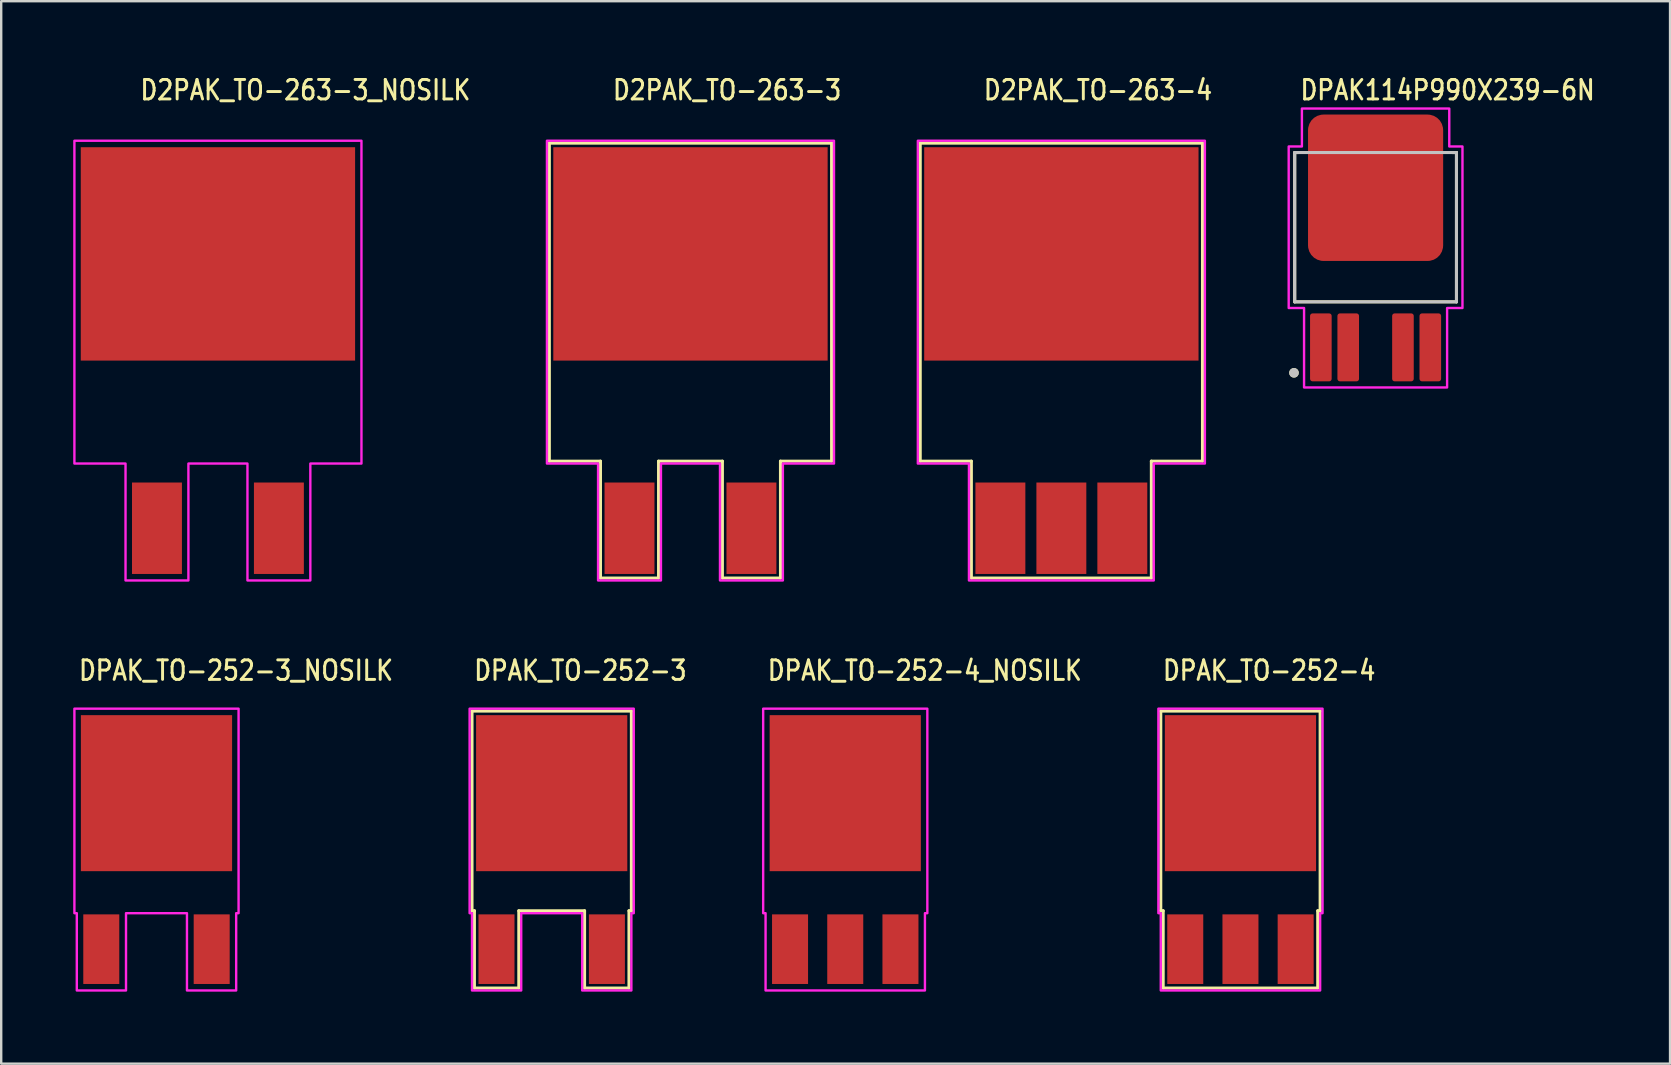
<source format=kicad_pcb>
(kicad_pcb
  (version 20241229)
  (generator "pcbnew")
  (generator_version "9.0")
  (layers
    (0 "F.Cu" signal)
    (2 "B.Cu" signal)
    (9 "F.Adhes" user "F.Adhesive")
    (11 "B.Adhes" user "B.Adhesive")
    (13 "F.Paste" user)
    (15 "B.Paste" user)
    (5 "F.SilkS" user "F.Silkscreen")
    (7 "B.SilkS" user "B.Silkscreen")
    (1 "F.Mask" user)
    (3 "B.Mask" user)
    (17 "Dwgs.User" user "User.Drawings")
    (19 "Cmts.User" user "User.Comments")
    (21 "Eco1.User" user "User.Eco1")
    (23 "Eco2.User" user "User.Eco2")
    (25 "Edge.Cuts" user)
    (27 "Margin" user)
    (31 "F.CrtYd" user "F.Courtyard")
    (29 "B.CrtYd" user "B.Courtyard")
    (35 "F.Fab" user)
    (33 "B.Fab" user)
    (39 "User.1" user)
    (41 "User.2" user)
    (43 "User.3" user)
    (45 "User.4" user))
  (footprint "DPAK114P990X239-6N"
    (layer "F.Cu")
    (at 54.263 7.283)
    (property "Reference" "DPAK114P990X239-6N" (at -3.202 -6.104 0) (unlocked yes) (layer "F.SilkS") (effects (font (size 0.813 0.695) (thickness 0.122)) (justify left bottom)))
    (fp_line (start -3.37 -3.978) (end -3.37 2.243) (stroke (width 0.127) (type solid)) (layer "F.SilkS"))
    (fp_line (start -3.37 2.243) (end 3.37 2.243) (stroke (width 0.127) (type solid)) (layer "F.SilkS"))
    (fp_line (start -3.2 -3.978) (end -3.37 -3.978) (stroke (width 0.127) (type solid)) (layer "F.SilkS"))
    (fp_line (start 3.37 -3.978) (end 3.2 -3.978) (stroke (width 0.127) (type solid)) (layer "F.SilkS"))
    (fp_line (start 3.37 2.243) (end 3.37 -3.978) (stroke (width 0.127) (type solid)) (layer "F.SilkS"))
    (fp_circle (center -3.4 5.2) (end -3.3 5.2) (stroke (width 0.2) (type solid)) (fill no) (layer "F.SilkS"))
    (fp_rect (start -1.78 -0.58) (end 1.78 -4.44) (stroke (width 0) (type solid)) (fill yes) (layer "F.Paste"))
    (fp_line (start -3.37 -3.978) (end 3.37 -3.978) (stroke (width 0.127) (type solid)) (layer "Dwgs.User"))
    (fp_line (start -3.37 2.243) (end -3.37 -3.978) (stroke (width 0.127) (type solid)) (layer "Dwgs.User"))
    (fp_line (start 3.37 -3.978) (end 3.37 2.243) (stroke (width 0.127) (type solid)) (layer "Dwgs.User"))
    (fp_line (start 3.37 2.243) (end -3.37 2.243) (stroke (width 0.127) (type solid)) (layer "Dwgs.User"))
    (fp_circle (center -3.4 5.2) (end -3.3 5.2) (stroke (width 0.2) (type solid)) (fill no) (layer "Dwgs.User"))
    (fp_poly (pts (xy -2.98 2.5) (xy -3.62 2.5) (xy -3.62 -4.23) (xy -3.07 -4.23) (xy -3.07 -5.81) (xy 3.07 -5.81) (xy 3.07 -4.23) (xy 3.62 -4.23) (xy 3.62 2.5) (xy 2.98 2.5) (xy 2.98 5.81) (xy -2.98 5.81)) (stroke (width 0.1) (type solid)) (fill no) (layer "F.CrtYd"))
    (pad "1" smd roundrect (at -2.28 4.14 90) (size 2.83 0.9) (layers "F.Cu" "F.Mask" "F.Paste") (roundrect_rratio 0.115))
    (pad "2" smd roundrect (at -1.14 4.14 90) (size 2.83 0.9) (layers "F.Cu" "F.Mask" "F.Paste") (roundrect_rratio 0.115))
    (pad "4" smd roundrect (at 1.14 4.14 90) (size 2.83 0.9) (layers "F.Cu" "F.Mask" "F.Paste") (roundrect_rratio 0.115))
    (pad "5" smd roundrect (at 2.28 4.14 90) (size 2.83 0.9) (layers "F.Cu" "F.Mask" "F.Paste") (roundrect_rratio 0.115))
    (pad "6" smd roundrect (at 0 -2.51) (size 5.63 6.1) (layers "F.Cu" "F.Mask") (roundrect_rratio 0.115)))
  (footprint "D2PAK_TO-263-4"
    (layer "F.Cu")
    (at 41.171 11.974)
    (property "Reference" "D2PAK_TO-263-4" (at -3.302 -10.795 0) (unlocked yes) (layer "F.SilkS") (effects (font (size 0.813 0.695) (thickness 0.122)) (justify left bottom)))
    (fp_line (start -5.88 -9.06) (end 5.88 -9.06) (stroke (width 0.127) (type solid)) (layer "F.SilkS"))
    (fp_line (start -5.88 4.19) (end -5.88 -9.06) (stroke (width 0.127) (type solid)) (layer "F.SilkS"))
    (fp_line (start -3.75 4.19) (end -5.88 4.19) (stroke (width 0.127) (type solid)) (layer "F.SilkS"))
    (fp_line (start -3.75 9.06) (end -3.75 4.19) (stroke (width 0.127) (type solid)) (layer "F.SilkS"))
    (fp_line (start 3.75 4.19) (end 3.75 9.06) (stroke (width 0.127) (type solid)) (layer "F.SilkS"))
    (fp_line (start 3.75 9.06) (end -3.75 9.06) (stroke (width 0.127) (type solid)) (layer "F.SilkS"))
    (fp_line (start 5.88 -9.06) (end 5.88 4.19) (stroke (width 0.127) (type solid)) (layer "F.SilkS"))
    (fp_line (start 5.88 4.19) (end 3.75 4.19) (stroke (width 0.127) (type solid)) (layer "F.SilkS"))
    (fp_poly (pts (xy -5.98 -9.16) (xy 5.98 -9.16) (xy 5.98 4.29) (xy 3.85 4.29) (xy 3.85 9.16) (xy -3.85 9.16) (xy -3.85 4.29) (xy -5.98 4.29)) (stroke (width 0.1) (type solid)) (fill no) (layer "F.CrtYd"))
    (pad "1" smd rect (at -2.54 6.985) (size 2.08 3.81) (layers "F.Cu" "F.Mask" "F.Paste"))
    (pad "2" smd rect (at 0 6.985) (size 2.08 3.81) (layers "F.Cu" "F.Mask" "F.Paste"))
    (pad "3" smd rect (at 2.54 6.985) (size 2.08 3.81) (layers "F.Cu" "F.Mask" "F.Paste"))
    (pad "4" smd rect (at 0 -4.445) (size 11.43 8.89) (layers "F.Cu" "F.Mask" "F.Paste")))
  (footprint "D2PAK_TO-263-3"
    (layer "F.Cu")
    (at 25.718 11.974)
    (property "Reference" "D2PAK_TO-263-3" (at -3.302 -10.795 0) (unlocked yes) (layer "F.SilkS") (effects (font (size 0.813 0.695) (thickness 0.122)) (justify left bottom)))
    (fp_line (start -5.88 -9.06) (end 5.88 -9.06) (stroke (width 0.127) (type solid)) (layer "F.SilkS"))
    (fp_line (start -5.88 4.19) (end -5.88 -9.06) (stroke (width 0.127) (type solid)) (layer "F.SilkS"))
    (fp_line (start -3.75 4.19) (end -5.88 4.19) (stroke (width 0.127) (type solid)) (layer "F.SilkS"))
    (fp_line (start -3.75 9.06) (end -3.75 4.19) (stroke (width 0.127) (type solid)) (layer "F.SilkS"))
    (fp_line (start -1.33 4.19) (end -1.33 9.06) (stroke (width 0.127) (type solid)) (layer "F.SilkS"))
    (fp_line (start -1.33 9.06) (end -3.75 9.06) (stroke (width 0.127) (type solid)) (layer "F.SilkS"))
    (fp_line (start 1.33 4.19) (end -1.33 4.19) (stroke (width 0.127) (type solid)) (layer "F.SilkS"))
    (fp_line (start 1.33 9.06) (end 1.33 4.19) (stroke (width 0.127) (type solid)) (layer "F.SilkS"))
    (fp_line (start 3.75 4.19) (end 3.75 9.06) (stroke (width 0.127) (type solid)) (layer "F.SilkS"))
    (fp_line (start 3.75 9.06) (end 1.33 9.06) (stroke (width 0.127) (type solid)) (layer "F.SilkS"))
    (fp_line (start 5.88 -9.06) (end 5.88 4.19) (stroke (width 0.127) (type solid)) (layer "F.SilkS"))
    (fp_line (start 5.88 4.19) (end 3.75 4.19) (stroke (width 0.127) (type solid)) (layer "F.SilkS"))
    (fp_poly (pts (xy -5.98 -9.16) (xy 5.98 -9.16) (xy 5.98 4.29) (xy 3.85 4.29) (xy 3.85 9.16) (xy 1.23 9.16) (xy 1.23 4.29) (xy -1.23 4.29) (xy -1.23 9.16) (xy -3.85 9.16) (xy -3.85 4.29) (xy -5.98 4.29)) (stroke (width 0.1) (type solid)) (fill no) (layer "F.CrtYd"))
    (pad "1" smd rect (at -2.54 6.985) (size 2.08 3.81) (layers "F.Cu" "F.Mask" "F.Paste"))
    (pad "3" smd rect (at 2.54 6.985) (size 2.08 3.81) (layers "F.Cu" "F.Mask" "F.Paste"))
    (pad "4" smd rect (at 0 -4.445) (size 11.43 8.89) (layers "F.Cu" "F.Mask" "F.Paste")))
  (footprint "DPAK_TO-252-3_NOSILK"
    (layer "F.Cu")
    (at 3.47 32.347)
    (property "Reference" "DPAK_TO-252-3_NOSILK" (at -3.302 -6.985 0) (unlocked yes) (layer "F.SilkS") (effects (font (size 0.813 0.695) (thickness 0.122)) (justify left bottom)))
    (fp_poly (pts (xy -3.42 -5.87) (xy 3.42 -5.87) (xy 3.42 2.65) (xy 3.32 2.65) (xy 3.32 5.87) (xy 1.27 5.87) (xy 1.27 2.65) (xy -1.27 2.65) (xy -1.27 5.87) (xy -3.32 5.87) (xy -3.32 2.65) (xy -3.42 2.65)) (stroke (width 0.1) (type solid)) (fill no) (layer "F.CrtYd"))
    (pad "1" smd rect (at -2.3 4.15) (size 1.5 2.9) (layers "F.Cu" "F.Mask" "F.Paste"))
    (pad "3" smd rect (at 2.3 4.15) (size 1.5 2.9) (layers "F.Cu" "F.Mask" "F.Paste"))
    (pad "4" smd rect (at 0 -2.35) (size 6.3 6.5) (layers "F.Cu" "F.Mask" "F.Paste")))
  (footprint "D2PAK_TO-263-3_NOSILK"
    (layer "F.Cu")
    (at 6.03 11.974)
    (property "Reference" "D2PAK_TO-263-3_NOSILK" (at -3.302 -10.795 0) (unlocked yes) (layer "F.SilkS") (effects (font (size 0.813 0.695) (thickness 0.122)) (justify left bottom)))
    (fp_poly (pts (xy -5.98 -9.16) (xy 5.98 -9.16) (xy 5.98 4.29) (xy 3.85 4.29) (xy 3.85 9.16) (xy 1.23 9.16) (xy 1.23 4.29) (xy -1.23 4.29) (xy -1.23 9.16) (xy -3.85 9.16) (xy -3.85 4.29) (xy -5.98 4.29)) (stroke (width 0.1) (type solid)) (fill no) (layer "F.CrtYd"))
    (pad "1" smd rect (at -2.54 6.985) (size 2.08 3.81) (layers "F.Cu" "F.Mask" "F.Paste"))
    (pad "3" smd rect (at 2.54 6.985) (size 2.08 3.81) (layers "F.Cu" "F.Mask" "F.Paste"))
    (pad "4" smd rect (at 0 -4.445) (size 11.43 8.89) (layers "F.Cu" "F.Mask" "F.Paste")))
  (footprint "DPAK_TO-252-4"
    (layer "F.Cu")
    (at 48.633 32.347)
    (property "Reference" "DPAK_TO-252-4" (at -3.302 -6.985 0) (unlocked yes) (layer "F.SilkS") (effects (font (size 0.813 0.695) (thickness 0.122)) (justify left bottom)))
    (fp_line (start -3.32 -5.77) (end 3.32 -5.77) (stroke (width 0.127) (type solid)) (layer "F.SilkS"))
    (fp_line (start -3.32 2.55) (end -3.32 -5.77) (stroke (width 0.127) (type solid)) (layer "F.SilkS"))
    (fp_line (start -3.22 2.55) (end -3.32 2.55) (stroke (width 0.127) (type solid)) (layer "F.SilkS"))
    (fp_line (start -3.22 5.77) (end -3.22 2.55) (stroke (width 0.127) (type solid)) (layer "F.SilkS"))
    (fp_line (start 3.22 2.55) (end 3.22 5.77) (stroke (width 0.127) (type solid)) (layer "F.SilkS"))
    (fp_line (start 3.22 5.77) (end -3.22 5.77) (stroke (width 0.127) (type solid)) (layer "F.SilkS"))
    (fp_line (start 3.32 -5.77) (end 3.32 2.55) (stroke (width 0.127) (type solid)) (layer "F.SilkS"))
    (fp_line (start 3.32 2.55) (end 3.22 2.55) (stroke (width 0.127) (type solid)) (layer "F.SilkS"))
    (fp_poly (pts (xy -3.42 -5.87) (xy 3.42 -5.87) (xy 3.42 2.65) (xy 3.32 2.65) (xy 3.32 5.87) (xy -3.32 5.87) (xy -3.32 2.65) (xy -3.42 2.65)) (stroke (width 0.1) (type solid)) (fill no) (layer "F.CrtYd"))
    (pad "1" smd rect (at -2.3 4.15) (size 1.5 2.9) (layers "F.Cu" "F.Mask" "F.Paste"))
    (pad "2" smd rect (at 0 4.15) (size 1.5 2.9) (layers "F.Cu" "F.Mask" "F.Paste"))
    (pad "3" smd rect (at 2.3 4.15) (size 1.5 2.9) (layers "F.Cu" "F.Mask" "F.Paste"))
    (pad "4" smd rect (at 0 -2.35) (size 6.3 6.5) (layers "F.Cu" "F.Mask" "F.Paste")))
  (footprint "DPAK_TO-252-4_NOSILK"
    (layer "F.Cu")
    (at 32.167 32.347)
    (property "Reference" "DPAK_TO-252-4_NOSILK" (at -3.302 -6.985 0) (unlocked yes) (layer "F.SilkS") (effects (font (size 0.813 0.695) (thickness 0.122)) (justify left bottom)))
    (fp_poly (pts (xy -3.42 -5.87) (xy 3.42 -5.87) (xy 3.42 2.65) (xy 3.32 2.65) (xy 3.32 5.87) (xy -3.32 5.87) (xy -3.32 2.65) (xy -3.42 2.65)) (stroke (width 0.1) (type solid)) (fill no) (layer "F.CrtYd"))
    (pad "P$1" smd rect (at -2.3 4.15) (size 1.5 2.9) (layers "F.Cu" "F.Mask" "F.Paste"))
    (pad "P$2" smd rect (at 0 4.15) (size 1.5 2.9) (layers "F.Cu" "F.Mask" "F.Paste"))
    (pad "P$3" smd rect (at 2.3 4.15) (size 1.5 2.9) (layers "F.Cu" "F.Mask" "F.Paste"))
    (pad "P$4" smd rect (at 0 -2.35) (size 6.3 6.5) (layers "F.Cu" "F.Mask" "F.Paste")))
  (footprint "DPAK_TO-252-3"
    (layer "F.Cu")
    (at 19.936 32.347)
    (property "Reference" "DPAK_TO-252-3" (at -3.302 -6.985 0) (unlocked yes) (layer "F.SilkS") (effects (font (size 0.813 0.695) (thickness 0.122)) (justify left bottom)))
    (fp_line (start -3.32 -5.77) (end 3.32 -5.77) (stroke (width 0.127) (type solid)) (layer "F.SilkS"))
    (fp_line (start -3.32 2.55) (end -3.32 -5.77) (stroke (width 0.127) (type solid)) (layer "F.SilkS"))
    (fp_line (start -3.22 2.55) (end -3.32 2.55) (stroke (width 0.127) (type solid)) (layer "F.SilkS"))
    (fp_line (start -3.22 5.77) (end -3.22 2.55) (stroke (width 0.127) (type solid)) (layer "F.SilkS"))
    (fp_line (start -1.37 2.55) (end -1.37 5.77) (stroke (width 0.127) (type solid)) (layer "F.SilkS"))
    (fp_line (start -1.37 5.77) (end -3.22 5.77) (stroke (width 0.127) (type solid)) (layer "F.SilkS"))
    (fp_line (start 1.37 2.55) (end -1.37 2.55) (stroke (width 0.127) (type solid)) (layer "F.SilkS"))
    (fp_line (start 1.37 5.77) (end 1.37 2.55) (stroke (width 0.127) (type solid)) (layer "F.SilkS"))
    (fp_line (start 3.22 2.55) (end 3.22 5.77) (stroke (width 0.127) (type solid)) (layer "F.SilkS"))
    (fp_line (start 3.22 5.77) (end 1.37 5.77) (stroke (width 0.127) (type solid)) (layer "F.SilkS"))
    (fp_line (start 3.32 -5.77) (end 3.32 2.55) (stroke (width 0.127) (type solid)) (layer "F.SilkS"))
    (fp_line (start 3.32 2.55) (end 3.22 2.55) (stroke (width 0.127) (type solid)) (layer "F.SilkS"))
    (fp_poly (pts (xy -3.42 -5.87) (xy 3.42 -5.87) (xy 3.42 2.65) (xy 3.32 2.65) (xy 3.32 5.87) (xy 1.27 5.87) (xy 1.27 2.65) (xy -1.27 2.65) (xy -1.27 5.87) (xy -3.32 5.87) (xy -3.32 2.65) (xy -3.42 2.65)) (stroke (width 0.1) (type solid)) (fill no) (layer "F.CrtYd"))
    (pad "1" smd rect (at -2.3 4.15) (size 1.5 2.9) (layers "F.Cu" "F.Mask" "F.Paste"))
    (pad "3" smd rect (at 2.3 4.15) (size 1.5 2.9) (layers "F.Cu" "F.Mask" "F.Paste"))
    (pad "4" smd rect (at 0 -2.35) (size 6.3 6.5) (layers "F.Cu" "F.Mask" "F.Paste")))
  (gr_rect
    (start -3 -3)
    (end 66.532 41.267)
    (stroke (width 0.1) (type default))
    (fill no)
    (layer "Edge.Cuts")))
</source>
